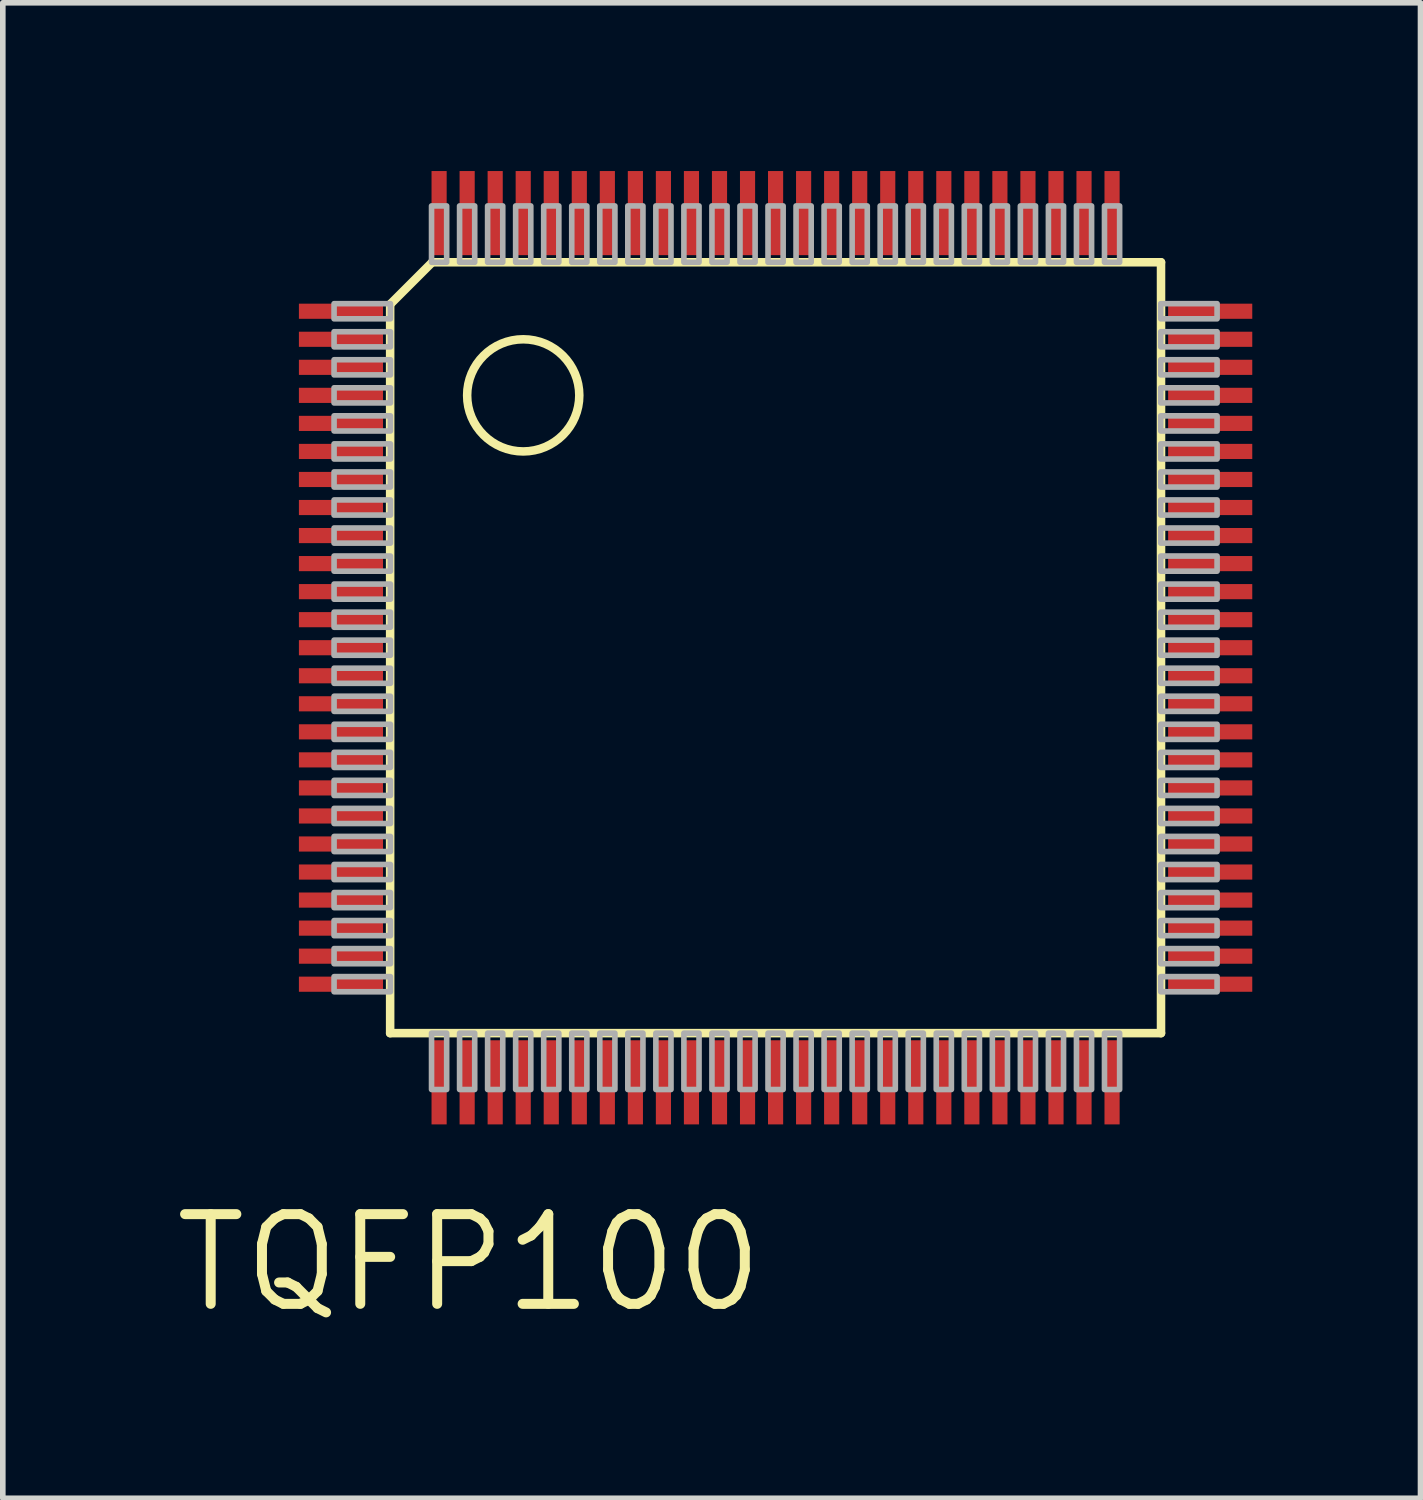
<source format=kicad_pcb>
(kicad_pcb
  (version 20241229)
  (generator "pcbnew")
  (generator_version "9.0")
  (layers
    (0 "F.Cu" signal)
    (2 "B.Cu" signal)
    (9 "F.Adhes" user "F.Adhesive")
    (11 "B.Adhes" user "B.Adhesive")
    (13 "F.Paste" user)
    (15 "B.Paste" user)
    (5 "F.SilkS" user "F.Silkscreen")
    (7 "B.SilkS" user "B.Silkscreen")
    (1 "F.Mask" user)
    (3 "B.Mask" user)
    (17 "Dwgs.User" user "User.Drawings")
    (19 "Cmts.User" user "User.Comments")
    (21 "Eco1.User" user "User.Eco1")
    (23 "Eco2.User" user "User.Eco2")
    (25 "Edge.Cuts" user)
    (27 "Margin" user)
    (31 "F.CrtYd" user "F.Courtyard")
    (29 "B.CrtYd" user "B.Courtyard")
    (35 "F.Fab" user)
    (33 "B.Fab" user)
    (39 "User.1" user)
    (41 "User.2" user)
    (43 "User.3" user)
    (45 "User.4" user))
  (footprint "TQFP100"
    (layer "F.Cu")
    (at 10.78 8.5)
    (property "Reference" "TQFP100" (at -0.127 10.033 0) (layer "F.SilkS") (effects (font (size 1.6 1.6) (thickness 0.178)) (justify right top)))
    (fp_line (start -6.873 -6.123) (end -6.123 -6.873) (stroke (width 0.152) (type solid)) (layer "F.SilkS"))
    (fp_line (start -6.873 6.873) (end -6.873 -6.123) (stroke (width 0.152) (type solid)) (layer "F.SilkS"))
    (fp_line (start -6.123 -6.873) (end 6.873 -6.873) (stroke (width 0.152) (type solid)) (layer "F.SilkS"))
    (fp_line (start 6.873 -6.873) (end 6.873 6.873) (stroke (width 0.152) (type solid)) (layer "F.SilkS"))
    (fp_line (start 6.873 6.873) (end -6.873 6.873) (stroke (width 0.152) (type solid)) (layer "F.SilkS"))
    (fp_circle (center -4.5 -4.5) (end -3.5 -4.5) (stroke (width 0.152) (type solid)) (fill no) (layer "F.SilkS"))
    (fp_poly (pts (xy -7.873 -6.135) (xy -7.873 -5.865) (xy -6.868 -5.865) (xy -6.868 -6.135)) (stroke (width 0.1) (type solid)) (fill no) (layer "F.Fab"))
    (fp_poly (pts (xy -7.873 -5.635) (xy -7.873 -5.365) (xy -6.868 -5.365) (xy -6.868 -5.635)) (stroke (width 0.1) (type solid)) (fill no) (layer "F.Fab"))
    (fp_poly (pts (xy -7.873 -5.135) (xy -7.873 -4.865) (xy -6.868 -4.865) (xy -6.868 -5.135)) (stroke (width 0.1) (type solid)) (fill no) (layer "F.Fab"))
    (fp_poly (pts (xy -7.873 -4.635) (xy -7.873 -4.365) (xy -6.868 -4.365) (xy -6.868 -4.635)) (stroke (width 0.1) (type solid)) (fill no) (layer "F.Fab"))
    (fp_poly (pts (xy -7.873 -4.135) (xy -7.873 -3.865) (xy -6.868 -3.865) (xy -6.868 -4.135)) (stroke (width 0.1) (type solid)) (fill no) (layer "F.Fab"))
    (fp_poly (pts (xy -7.873 -3.635) (xy -7.873 -3.365) (xy -6.868 -3.365) (xy -6.868 -3.635)) (stroke (width 0.1) (type solid)) (fill no) (layer "F.Fab"))
    (fp_poly (pts (xy -7.873 -3.135) (xy -7.873 -2.865) (xy -6.868 -2.865) (xy -6.868 -3.135)) (stroke (width 0.1) (type solid)) (fill no) (layer "F.Fab"))
    (fp_poly (pts (xy -7.873 -2.635) (xy -7.873 -2.365) (xy -6.868 -2.365) (xy -6.868 -2.635)) (stroke (width 0.1) (type solid)) (fill no) (layer "F.Fab"))
    (fp_poly (pts (xy -7.873 -2.135) (xy -7.873 -1.865) (xy -6.868 -1.865) (xy -6.868 -2.135)) (stroke (width 0.1) (type solid)) (fill no) (layer "F.Fab"))
    (fp_poly (pts (xy -7.873 -1.635) (xy -7.873 -1.365) (xy -6.868 -1.365) (xy -6.868 -1.635)) (stroke (width 0.1) (type solid)) (fill no) (layer "F.Fab"))
    (fp_poly (pts (xy -7.873 -1.135) (xy -7.873 -0.865) (xy -6.868 -0.865) (xy -6.868 -1.135)) (stroke (width 0.1) (type solid)) (fill no) (layer "F.Fab"))
    (fp_poly (pts (xy -7.873 -0.635) (xy -7.873 -0.365) (xy -6.868 -0.365) (xy -6.868 -0.635)) (stroke (width 0.1) (type solid)) (fill no) (layer "F.Fab"))
    (fp_poly (pts (xy -7.873 -0.135) (xy -7.873 0.135) (xy -6.868 0.135) (xy -6.868 -0.135)) (stroke (width 0.1) (type solid)) (fill no) (layer "F.Fab"))
    (fp_poly (pts (xy -7.873 0.365) (xy -7.873 0.635) (xy -6.868 0.635) (xy -6.868 0.365)) (stroke (width 0.1) (type solid)) (fill no) (layer "F.Fab"))
    (fp_poly (pts (xy -7.873 0.865) (xy -7.873 1.135) (xy -6.868 1.135) (xy -6.868 0.865)) (stroke (width 0.1) (type solid)) (fill no) (layer "F.Fab"))
    (fp_poly (pts (xy -7.873 1.365) (xy -7.873 1.635) (xy -6.868 1.635) (xy -6.868 1.365)) (stroke (width 0.1) (type solid)) (fill no) (layer "F.Fab"))
    (fp_poly (pts (xy -7.873 1.865) (xy -7.873 2.135) (xy -6.868 2.135) (xy -6.868 1.865)) (stroke (width 0.1) (type solid)) (fill no) (layer "F.Fab"))
    (fp_poly (pts (xy -7.873 2.365) (xy -7.873 2.635) (xy -6.868 2.635) (xy -6.868 2.365)) (stroke (width 0.1) (type solid)) (fill no) (layer "F.Fab"))
    (fp_poly (pts (xy -7.873 2.865) (xy -7.873 3.135) (xy -6.868 3.135) (xy -6.868 2.865)) (stroke (width 0.1) (type solid)) (fill no) (layer "F.Fab"))
    (fp_poly (pts (xy -7.873 3.365) (xy -7.873 3.635) (xy -6.868 3.635) (xy -6.868 3.365)) (stroke (width 0.1) (type solid)) (fill no) (layer "F.Fab"))
    (fp_poly (pts (xy -7.873 3.865) (xy -7.873 4.135) (xy -6.868 4.135) (xy -6.868 3.865)) (stroke (width 0.1) (type solid)) (fill no) (layer "F.Fab"))
    (fp_poly (pts (xy -7.873 4.365) (xy -7.873 4.635) (xy -6.868 4.635) (xy -6.868 4.365)) (stroke (width 0.1) (type solid)) (fill no) (layer "F.Fab"))
    (fp_poly (pts (xy -7.873 4.865) (xy -7.873 5.135) (xy -6.868 5.135) (xy -6.868 4.865)) (stroke (width 0.1) (type solid)) (fill no) (layer "F.Fab"))
    (fp_poly (pts (xy -7.873 5.365) (xy -7.873 5.635) (xy -6.868 5.635) (xy -6.868 5.365)) (stroke (width 0.1) (type solid)) (fill no) (layer "F.Fab"))
    (fp_poly (pts (xy -7.873 5.865) (xy -7.873 6.135) (xy -6.868 6.135) (xy -6.868 5.865)) (stroke (width 0.1) (type solid)) (fill no) (layer "F.Fab"))
    (fp_poly (pts (xy -6.135 -7.878) (xy -6.135 -6.873) (xy -5.865 -6.873) (xy -5.865 -7.878)) (stroke (width 0.1) (type solid)) (fill no) (layer "F.Fab"))
    (fp_poly (pts (xy -6.135 6.873) (xy -6.135 7.878) (xy -5.865 7.878) (xy -5.865 6.873)) (stroke (width 0.1) (type solid)) (fill no) (layer "F.Fab"))
    (fp_poly (pts (xy -5.635 -7.878) (xy -5.635 -6.873) (xy -5.365 -6.873) (xy -5.365 -7.878)) (stroke (width 0.1) (type solid)) (fill no) (layer "F.Fab"))
    (fp_poly (pts (xy -5.635 6.873) (xy -5.635 7.878) (xy -5.365 7.878) (xy -5.365 6.873)) (stroke (width 0.1) (type solid)) (fill no) (layer "F.Fab"))
    (fp_poly (pts (xy -5.135 -7.878) (xy -5.135 -6.873) (xy -4.865 -6.873) (xy -4.865 -7.878)) (stroke (width 0.1) (type solid)) (fill no) (layer "F.Fab"))
    (fp_poly (pts (xy -5.135 6.873) (xy -5.135 7.878) (xy -4.865 7.878) (xy -4.865 6.873)) (stroke (width 0.1) (type solid)) (fill no) (layer "F.Fab"))
    (fp_poly (pts (xy -4.635 -7.878) (xy -4.635 -6.873) (xy -4.365 -6.873) (xy -4.365 -7.878)) (stroke (width 0.1) (type solid)) (fill no) (layer "F.Fab"))
    (fp_poly (pts (xy -4.635 6.873) (xy -4.635 7.878) (xy -4.365 7.878) (xy -4.365 6.873)) (stroke (width 0.1) (type solid)) (fill no) (layer "F.Fab"))
    (fp_poly (pts (xy -4.135 -7.878) (xy -4.135 -6.873) (xy -3.865 -6.873) (xy -3.865 -7.878)) (stroke (width 0.1) (type solid)) (fill no) (layer "F.Fab"))
    (fp_poly (pts (xy -4.135 6.873) (xy -4.135 7.878) (xy -3.865 7.878) (xy -3.865 6.873)) (stroke (width 0.1) (type solid)) (fill no) (layer "F.Fab"))
    (fp_poly (pts (xy -3.635 -7.878) (xy -3.635 -6.873) (xy -3.365 -6.873) (xy -3.365 -7.878)) (stroke (width 0.1) (type solid)) (fill no) (layer "F.Fab"))
    (fp_poly (pts (xy -3.635 6.873) (xy -3.635 7.878) (xy -3.365 7.878) (xy -3.365 6.873)) (stroke (width 0.1) (type solid)) (fill no) (layer "F.Fab"))
    (fp_poly (pts (xy -3.135 -7.878) (xy -3.135 -6.873) (xy -2.865 -6.873) (xy -2.865 -7.878)) (stroke (width 0.1) (type solid)) (fill no) (layer "F.Fab"))
    (fp_poly (pts (xy -3.135 6.873) (xy -3.135 7.878) (xy -2.865 7.878) (xy -2.865 6.873)) (stroke (width 0.1) (type solid)) (fill no) (layer "F.Fab"))
    (fp_poly (pts (xy -2.635 -7.878) (xy -2.635 -6.873) (xy -2.365 -6.873) (xy -2.365 -7.878)) (stroke (width 0.1) (type solid)) (fill no) (layer "F.Fab"))
    (fp_poly (pts (xy -2.635 6.873) (xy -2.635 7.878) (xy -2.365 7.878) (xy -2.365 6.873)) (stroke (width 0.1) (type solid)) (fill no) (layer "F.Fab"))
    (fp_poly (pts (xy -2.135 -7.878) (xy -2.135 -6.873) (xy -1.865 -6.873) (xy -1.865 -7.878)) (stroke (width 0.1) (type solid)) (fill no) (layer "F.Fab"))
    (fp_poly (pts (xy -2.135 6.873) (xy -2.135 7.878) (xy -1.865 7.878) (xy -1.865 6.873)) (stroke (width 0.1) (type solid)) (fill no) (layer "F.Fab"))
    (fp_poly (pts (xy -1.635 -7.878) (xy -1.635 -6.873) (xy -1.365 -6.873) (xy -1.365 -7.878)) (stroke (width 0.1) (type solid)) (fill no) (layer "F.Fab"))
    (fp_poly (pts (xy -1.635 6.873) (xy -1.635 7.878) (xy -1.365 7.878) (xy -1.365 6.873)) (stroke (width 0.1) (type solid)) (fill no) (layer "F.Fab"))
    (fp_poly (pts (xy -1.135 -7.878) (xy -1.135 -6.873) (xy -0.865 -6.873) (xy -0.865 -7.878)) (stroke (width 0.1) (type solid)) (fill no) (layer "F.Fab"))
    (fp_poly (pts (xy -1.135 6.873) (xy -1.135 7.878) (xy -0.865 7.878) (xy -0.865 6.873)) (stroke (width 0.1) (type solid)) (fill no) (layer "F.Fab"))
    (fp_poly (pts (xy -0.635 -7.878) (xy -0.635 -6.873) (xy -0.365 -6.873) (xy -0.365 -7.878)) (stroke (width 0.1) (type solid)) (fill no) (layer "F.Fab"))
    (fp_poly (pts (xy -0.635 6.873) (xy -0.635 7.878) (xy -0.365 7.878) (xy -0.365 6.873)) (stroke (width 0.1) (type solid)) (fill no) (layer "F.Fab"))
    (fp_poly (pts (xy -0.135 -7.878) (xy -0.135 -6.873) (xy 0.135 -6.873) (xy 0.135 -7.878)) (stroke (width 0.1) (type solid)) (fill no) (layer "F.Fab"))
    (fp_poly (pts (xy -0.135 6.873) (xy -0.135 7.878) (xy 0.135 7.878) (xy 0.135 6.873)) (stroke (width 0.1) (type solid)) (fill no) (layer "F.Fab"))
    (fp_poly (pts (xy 0.365 -7.878) (xy 0.365 -6.873) (xy 0.635 -6.873) (xy 0.635 -7.878)) (stroke (width 0.1) (type solid)) (fill no) (layer "F.Fab"))
    (fp_poly (pts (xy 0.365 6.873) (xy 0.365 7.878) (xy 0.635 7.878) (xy 0.635 6.873)) (stroke (width 0.1) (type solid)) (fill no) (layer "F.Fab"))
    (fp_poly (pts (xy 0.865 -7.878) (xy 0.865 -6.873) (xy 1.135 -6.873) (xy 1.135 -7.878)) (stroke (width 0.1) (type solid)) (fill no) (layer "F.Fab"))
    (fp_poly (pts (xy 0.865 6.873) (xy 0.865 7.878) (xy 1.135 7.878) (xy 1.135 6.873)) (stroke (width 0.1) (type solid)) (fill no) (layer "F.Fab"))
    (fp_poly (pts (xy 1.365 -7.878) (xy 1.365 -6.873) (xy 1.635 -6.873) (xy 1.635 -7.878)) (stroke (width 0.1) (type solid)) (fill no) (layer "F.Fab"))
    (fp_poly (pts (xy 1.365 6.873) (xy 1.365 7.878) (xy 1.635 7.878) (xy 1.635 6.873)) (stroke (width 0.1) (type solid)) (fill no) (layer "F.Fab"))
    (fp_poly (pts (xy 1.865 -7.878) (xy 1.865 -6.873) (xy 2.135 -6.873) (xy 2.135 -7.878)) (stroke (width 0.1) (type solid)) (fill no) (layer "F.Fab"))
    (fp_poly (pts (xy 1.865 6.873) (xy 1.865 7.878) (xy 2.135 7.878) (xy 2.135 6.873)) (stroke (width 0.1) (type solid)) (fill no) (layer "F.Fab"))
    (fp_poly (pts (xy 2.365 -7.878) (xy 2.365 -6.873) (xy 2.635 -6.873) (xy 2.635 -7.878)) (stroke (width 0.1) (type solid)) (fill no) (layer "F.Fab"))
    (fp_poly (pts (xy 2.365 6.873) (xy 2.365 7.878) (xy 2.635 7.878) (xy 2.635 6.873)) (stroke (width 0.1) (type solid)) (fill no) (layer "F.Fab"))
    (fp_poly (pts (xy 2.865 -7.878) (xy 2.865 -6.873) (xy 3.135 -6.873) (xy 3.135 -7.878)) (stroke (width 0.1) (type solid)) (fill no) (layer "F.Fab"))
    (fp_poly (pts (xy 2.865 6.873) (xy 2.865 7.878) (xy 3.135 7.878) (xy 3.135 6.873)) (stroke (width 0.1) (type solid)) (fill no) (layer "F.Fab"))
    (fp_poly (pts (xy 3.365 -7.878) (xy 3.365 -6.873) (xy 3.635 -6.873) (xy 3.635 -7.878)) (stroke (width 0.1) (type solid)) (fill no) (layer "F.Fab"))
    (fp_poly (pts (xy 3.365 6.873) (xy 3.365 7.878) (xy 3.635 7.878) (xy 3.635 6.873)) (stroke (width 0.1) (type solid)) (fill no) (layer "F.Fab"))
    (fp_poly (pts (xy 3.865 -7.878) (xy 3.865 -6.873) (xy 4.135 -6.873) (xy 4.135 -7.878)) (stroke (width 0.1) (type solid)) (fill no) (layer "F.Fab"))
    (fp_poly (pts (xy 3.865 6.873) (xy 3.865 7.878) (xy 4.135 7.878) (xy 4.135 6.873)) (stroke (width 0.1) (type solid)) (fill no) (layer "F.Fab"))
    (fp_poly (pts (xy 4.365 -7.878) (xy 4.365 -6.873) (xy 4.635 -6.873) (xy 4.635 -7.878)) (stroke (width 0.1) (type solid)) (fill no) (layer "F.Fab"))
    (fp_poly (pts (xy 4.365 6.873) (xy 4.365 7.878) (xy 4.635 7.878) (xy 4.635 6.873)) (stroke (width 0.1) (type solid)) (fill no) (layer "F.Fab"))
    (fp_poly (pts (xy 4.865 -7.878) (xy 4.865 -6.873) (xy 5.135 -6.873) (xy 5.135 -7.878)) (stroke (width 0.1) (type solid)) (fill no) (layer "F.Fab"))
    (fp_poly (pts (xy 4.865 6.873) (xy 4.865 7.878) (xy 5.135 7.878) (xy 5.135 6.873)) (stroke (width 0.1) (type solid)) (fill no) (layer "F.Fab"))
    (fp_poly (pts (xy 5.365 -7.878) (xy 5.365 -6.873) (xy 5.635 -6.873) (xy 5.635 -7.878)) (stroke (width 0.1) (type solid)) (fill no) (layer "F.Fab"))
    (fp_poly (pts (xy 5.365 6.873) (xy 5.365 7.878) (xy 5.635 7.878) (xy 5.635 6.873)) (stroke (width 0.1) (type solid)) (fill no) (layer "F.Fab"))
    (fp_poly (pts (xy 5.865 -7.878) (xy 5.865 -6.873) (xy 6.135 -6.873) (xy 6.135 -7.878)) (stroke (width 0.1) (type solid)) (fill no) (layer "F.Fab"))
    (fp_poly (pts (xy 5.865 6.873) (xy 5.865 7.878) (xy 6.135 7.878) (xy 6.135 6.873)) (stroke (width 0.1) (type solid)) (fill no) (layer "F.Fab"))
    (fp_poly (pts (xy 6.868 -6.135) (xy 6.868 -5.865) (xy 7.873 -5.865) (xy 7.873 -6.135)) (stroke (width 0.1) (type solid)) (fill no) (layer "F.Fab"))
    (fp_poly (pts (xy 6.868 -5.635) (xy 6.868 -5.365) (xy 7.873 -5.365) (xy 7.873 -5.635)) (stroke (width 0.1) (type solid)) (fill no) (layer "F.Fab"))
    (fp_poly (pts (xy 6.868 -5.135) (xy 6.868 -4.865) (xy 7.873 -4.865) (xy 7.873 -5.135)) (stroke (width 0.1) (type solid)) (fill no) (layer "F.Fab"))
    (fp_poly (pts (xy 6.868 -4.635) (xy 6.868 -4.365) (xy 7.873 -4.365) (xy 7.873 -4.635)) (stroke (width 0.1) (type solid)) (fill no) (layer "F.Fab"))
    (fp_poly (pts (xy 6.868 -4.135) (xy 6.868 -3.865) (xy 7.873 -3.865) (xy 7.873 -4.135)) (stroke (width 0.1) (type solid)) (fill no) (layer "F.Fab"))
    (fp_poly (pts (xy 6.868 -3.635) (xy 6.868 -3.365) (xy 7.873 -3.365) (xy 7.873 -3.635)) (stroke (width 0.1) (type solid)) (fill no) (layer "F.Fab"))
    (fp_poly (pts (xy 6.868 -3.135) (xy 6.868 -2.865) (xy 7.873 -2.865) (xy 7.873 -3.135)) (stroke (width 0.1) (type solid)) (fill no) (layer "F.Fab"))
    (fp_poly (pts (xy 6.868 -2.635) (xy 6.868 -2.365) (xy 7.873 -2.365) (xy 7.873 -2.635)) (stroke (width 0.1) (type solid)) (fill no) (layer "F.Fab"))
    (fp_poly (pts (xy 6.868 -2.135) (xy 6.868 -1.865) (xy 7.873 -1.865) (xy 7.873 -2.135)) (stroke (width 0.1) (type solid)) (fill no) (layer "F.Fab"))
    (fp_poly (pts (xy 6.868 -1.635) (xy 6.868 -1.365) (xy 7.873 -1.365) (xy 7.873 -1.635)) (stroke (width 0.1) (type solid)) (fill no) (layer "F.Fab"))
    (fp_poly (pts (xy 6.868 -1.135) (xy 6.868 -0.865) (xy 7.873 -0.865) (xy 7.873 -1.135)) (stroke (width 0.1) (type solid)) (fill no) (layer "F.Fab"))
    (fp_poly (pts (xy 6.868 -0.635) (xy 6.868 -0.365) (xy 7.873 -0.365) (xy 7.873 -0.635)) (stroke (width 0.1) (type solid)) (fill no) (layer "F.Fab"))
    (fp_poly (pts (xy 6.868 -0.135) (xy 6.868 0.135) (xy 7.873 0.135) (xy 7.873 -0.135)) (stroke (width 0.1) (type solid)) (fill no) (layer "F.Fab"))
    (fp_poly (pts (xy 6.868 0.365) (xy 6.868 0.635) (xy 7.873 0.635) (xy 7.873 0.365)) (stroke (width 0.1) (type solid)) (fill no) (layer "F.Fab"))
    (fp_poly (pts (xy 6.868 0.865) (xy 6.868 1.135) (xy 7.873 1.135) (xy 7.873 0.865)) (stroke (width 0.1) (type solid)) (fill no) (layer "F.Fab"))
    (fp_poly (pts (xy 6.868 1.365) (xy 6.868 1.635) (xy 7.873 1.635) (xy 7.873 1.365)) (stroke (width 0.1) (type solid)) (fill no) (layer "F.Fab"))
    (fp_poly (pts (xy 6.868 1.865) (xy 6.868 2.135) (xy 7.873 2.135) (xy 7.873 1.865)) (stroke (width 0.1) (type solid)) (fill no) (layer "F.Fab"))
    (fp_poly (pts (xy 6.868 2.365) (xy 6.868 2.635) (xy 7.873 2.635) (xy 7.873 2.365)) (stroke (width 0.1) (type solid)) (fill no) (layer "F.Fab"))
    (fp_poly (pts (xy 6.868 2.865) (xy 6.868 3.135) (xy 7.873 3.135) (xy 7.873 2.865)) (stroke (width 0.1) (type solid)) (fill no) (layer "F.Fab"))
    (fp_poly (pts (xy 6.868 3.365) (xy 6.868 3.635) (xy 7.873 3.635) (xy 7.873 3.365)) (stroke (width 0.1) (type solid)) (fill no) (layer "F.Fab"))
    (fp_poly (pts (xy 6.868 3.865) (xy 6.868 4.135) (xy 7.873 4.135) (xy 7.873 3.865)) (stroke (width 0.1) (type solid)) (fill no) (layer "F.Fab"))
    (fp_poly (pts (xy 6.868 4.365) (xy 6.868 4.635) (xy 7.873 4.635) (xy 7.873 4.365)) (stroke (width 0.1) (type solid)) (fill no) (layer "F.Fab"))
    (fp_poly (pts (xy 6.868 4.865) (xy 6.868 5.135) (xy 7.873 5.135) (xy 7.873 4.865)) (stroke (width 0.1) (type solid)) (fill no) (layer "F.Fab"))
    (fp_poly (pts (xy 6.868 5.365) (xy 6.868 5.635) (xy 7.873 5.635) (xy 7.873 5.365)) (stroke (width 0.1) (type solid)) (fill no) (layer "F.Fab"))
    (fp_poly (pts (xy 6.868 5.865) (xy 6.868 6.135) (xy 7.873 6.135) (xy 7.873 5.865)) (stroke (width 0.1) (type solid)) (fill no) (layer "F.Fab"))
    (pad "1" smd rect (at -7.75 -6 270) (size 0.27 1.5) (layers "F.Cu" "F.Mask" "F.Paste"))
    (pad "2" smd rect (at -7.75 -5.5 270) (size 0.27 1.5) (layers "F.Cu" "F.Mask" "F.Paste"))
    (pad "3" smd rect (at -7.75 -5 270) (size 0.27 1.5) (layers "F.Cu" "F.Mask" "F.Paste"))
    (pad "4" smd rect (at -7.75 -4.5 270) (size 0.27 1.5) (layers "F.Cu" "F.Mask" "F.Paste"))
    (pad "5" smd rect (at -7.75 -4 270) (size 0.27 1.5) (layers "F.Cu" "F.Mask" "F.Paste"))
    (pad "6" smd rect (at -7.75 -3.5 270) (size 0.27 1.5) (layers "F.Cu" "F.Mask" "F.Paste"))
    (pad "7" smd rect (at -7.75 -3 270) (size 0.27 1.5) (layers "F.Cu" "F.Mask" "F.Paste"))
    (pad "8" smd rect (at -7.75 -2.5 270) (size 0.27 1.5) (layers "F.Cu" "F.Mask" "F.Paste"))
    (pad "9" smd rect (at -7.75 -2 270) (size 0.27 1.5) (layers "F.Cu" "F.Mask" "F.Paste"))
    (pad "10" smd rect (at -7.75 -1.5 270) (size 0.27 1.5) (layers "F.Cu" "F.Mask" "F.Paste"))
    (pad "11" smd rect (at -7.75 -1 270) (size 0.27 1.5) (layers "F.Cu" "F.Mask" "F.Paste"))
    (pad "12" smd rect (at -7.75 -0.5 270) (size 0.27 1.5) (layers "F.Cu" "F.Mask" "F.Paste"))
    (pad "13" smd rect (at -7.75 0 270) (size 0.27 1.5) (layers "F.Cu" "F.Mask" "F.Paste"))
    (pad "14" smd rect (at -7.75 0.5 270) (size 0.27 1.5) (layers "F.Cu" "F.Mask" "F.Paste"))
    (pad "15" smd rect (at -7.75 1 270) (size 0.27 1.5) (layers "F.Cu" "F.Mask" "F.Paste"))
    (pad "16" smd rect (at -7.75 1.5 270) (size 0.27 1.5) (layers "F.Cu" "F.Mask" "F.Paste"))
    (pad "17" smd rect (at -7.75 2 270) (size 0.27 1.5) (layers "F.Cu" "F.Mask" "F.Paste"))
    (pad "18" smd rect (at -7.75 2.5 270) (size 0.27 1.5) (layers "F.Cu" "F.Mask" "F.Paste"))
    (pad "19" smd rect (at -7.75 3 270) (size 0.27 1.5) (layers "F.Cu" "F.Mask" "F.Paste"))
    (pad "20" smd rect (at -7.75 3.5 270) (size 0.27 1.5) (layers "F.Cu" "F.Mask" "F.Paste"))
    (pad "21" smd rect (at -7.75 4 270) (size 0.27 1.5) (layers "F.Cu" "F.Mask" "F.Paste"))
    (pad "22" smd rect (at -7.75 4.5 270) (size 0.27 1.5) (layers "F.Cu" "F.Mask" "F.Paste"))
    (pad "23" smd rect (at -7.75 5 270) (size 0.27 1.5) (layers "F.Cu" "F.Mask" "F.Paste"))
    (pad "24" smd rect (at -7.75 5.5 270) (size 0.27 1.5) (layers "F.Cu" "F.Mask" "F.Paste"))
    (pad "25" smd rect (at -7.75 6 270) (size 0.27 1.5) (layers "F.Cu" "F.Mask" "F.Paste"))
    (pad "26" smd rect (at -6 7.75 270) (size 1.5 0.27) (layers "F.Cu" "F.Mask" "F.Paste"))
    (pad "27" smd rect (at -5.5 7.75 270) (size 1.5 0.27) (layers "F.Cu" "F.Mask" "F.Paste"))
    (pad "28" smd rect (at -5 7.75 270) (size 1.5 0.27) (layers "F.Cu" "F.Mask" "F.Paste"))
    (pad "29" smd rect (at -4.5 7.75 270) (size 1.5 0.27) (layers "F.Cu" "F.Mask" "F.Paste"))
    (pad "30" smd rect (at -4 7.75 270) (size 1.5 0.27) (layers "F.Cu" "F.Mask" "F.Paste"))
    (pad "31" smd rect (at -3.5 7.75 270) (size 1.5 0.27) (layers "F.Cu" "F.Mask" "F.Paste"))
    (pad "32" smd rect (at -3 7.75 270) (size 1.5 0.27) (layers "F.Cu" "F.Mask" "F.Paste"))
    (pad "33" smd rect (at -2.5 7.75 270) (size 1.5 0.27) (layers "F.Cu" "F.Mask" "F.Paste"))
    (pad "34" smd rect (at -2 7.75 270) (size 1.5 0.27) (layers "F.Cu" "F.Mask" "F.Paste"))
    (pad "35" smd rect (at -1.5 7.75 270) (size 1.5 0.27) (layers "F.Cu" "F.Mask" "F.Paste"))
    (pad "36" smd rect (at -1 7.75 270) (size 1.5 0.27) (layers "F.Cu" "F.Mask" "F.Paste"))
    (pad "37" smd rect (at -0.5 7.75 270) (size 1.5 0.27) (layers "F.Cu" "F.Mask" "F.Paste"))
    (pad "38" smd rect (at 0 7.75 270) (size 1.5 0.27) (layers "F.Cu" "F.Mask" "F.Paste"))
    (pad "39" smd rect (at 0.5 7.75 270) (size 1.5 0.27) (layers "F.Cu" "F.Mask" "F.Paste"))
    (pad "40" smd rect (at 1 7.75 270) (size 1.5 0.27) (layers "F.Cu" "F.Mask" "F.Paste"))
    (pad "41" smd rect (at 1.5 7.75 270) (size 1.5 0.27) (layers "F.Cu" "F.Mask" "F.Paste"))
    (pad "42" smd rect (at 2 7.75 270) (size 1.5 0.27) (layers "F.Cu" "F.Mask" "F.Paste"))
    (pad "43" smd rect (at 2.5 7.75 270) (size 1.5 0.27) (layers "F.Cu" "F.Mask" "F.Paste"))
    (pad "44" smd rect (at 3 7.75 270) (size 1.5 0.27) (layers "F.Cu" "F.Mask" "F.Paste"))
    (pad "45" smd rect (at 3.5 7.75 270) (size 1.5 0.27) (layers "F.Cu" "F.Mask" "F.Paste"))
    (pad "46" smd rect (at 4 7.75 270) (size 1.5 0.27) (layers "F.Cu" "F.Mask" "F.Paste"))
    (pad "47" smd rect (at 4.5 7.75 270) (size 1.5 0.27) (layers "F.Cu" "F.Mask" "F.Paste"))
    (pad "48" smd rect (at 5 7.75 270) (size 1.5 0.27) (layers "F.Cu" "F.Mask" "F.Paste"))
    (pad "49" smd rect (at 5.5 7.75 270) (size 1.5 0.27) (layers "F.Cu" "F.Mask" "F.Paste"))
    (pad "50" smd rect (at 6 7.75 270) (size 1.5 0.27) (layers "F.Cu" "F.Mask" "F.Paste"))
    (pad "51" smd rect (at 7.75 6 270) (size 0.27 1.5) (layers "F.Cu" "F.Mask" "F.Paste"))
    (pad "52" smd rect (at 7.75 5.5 270) (size 0.27 1.5) (layers "F.Cu" "F.Mask" "F.Paste"))
    (pad "53" smd rect (at 7.75 5 270) (size 0.27 1.5) (layers "F.Cu" "F.Mask" "F.Paste"))
    (pad "54" smd rect (at 7.75 4.5 270) (size 0.27 1.5) (layers "F.Cu" "F.Mask" "F.Paste"))
    (pad "55" smd rect (at 7.75 4 270) (size 0.27 1.5) (layers "F.Cu" "F.Mask" "F.Paste"))
    (pad "56" smd rect (at 7.75 3.5 270) (size 0.27 1.5) (layers "F.Cu" "F.Mask" "F.Paste"))
    (pad "57" smd rect (at 7.75 3 270) (size 0.27 1.5) (layers "F.Cu" "F.Mask" "F.Paste"))
    (pad "58" smd rect (at 7.75 2.5 270) (size 0.27 1.5) (layers "F.Cu" "F.Mask" "F.Paste"))
    (pad "59" smd rect (at 7.75 2 270) (size 0.27 1.5) (layers "F.Cu" "F.Mask" "F.Paste"))
    (pad "60" smd rect (at 7.75 1.5 270) (size 0.27 1.5) (layers "F.Cu" "F.Mask" "F.Paste"))
    (pad "61" smd rect (at 7.75 1 270) (size 0.27 1.5) (layers "F.Cu" "F.Mask" "F.Paste"))
    (pad "62" smd rect (at 7.75 0.5 270) (size 0.27 1.5) (layers "F.Cu" "F.Mask" "F.Paste"))
    (pad "63" smd rect (at 7.75 0 270) (size 0.27 1.5) (layers "F.Cu" "F.Mask" "F.Paste"))
    (pad "64" smd rect (at 7.75 -0.5 270) (size 0.27 1.5) (layers "F.Cu" "F.Mask" "F.Paste"))
    (pad "65" smd rect (at 7.75 -1 270) (size 0.27 1.5) (layers "F.Cu" "F.Mask" "F.Paste"))
    (pad "66" smd rect (at 7.75 -1.5 270) (size 0.27 1.5) (layers "F.Cu" "F.Mask" "F.Paste"))
    (pad "67" smd rect (at 7.75 -2 270) (size 0.27 1.5) (layers "F.Cu" "F.Mask" "F.Paste"))
    (pad "68" smd rect (at 7.75 -2.5 270) (size 0.27 1.5) (layers "F.Cu" "F.Mask" "F.Paste"))
    (pad "69" smd rect (at 7.75 -3 270) (size 0.27 1.5) (layers "F.Cu" "F.Mask" "F.Paste"))
    (pad "70" smd rect (at 7.75 -3.5 270) (size 0.27 1.5) (layers "F.Cu" "F.Mask" "F.Paste"))
    (pad "71" smd rect (at 7.75 -4 270) (size 0.27 1.5) (layers "F.Cu" "F.Mask" "F.Paste"))
    (pad "72" smd rect (at 7.75 -4.5 270) (size 0.27 1.5) (layers "F.Cu" "F.Mask" "F.Paste"))
    (pad "73" smd rect (at 7.75 -5 270) (size 0.27 1.5) (layers "F.Cu" "F.Mask" "F.Paste"))
    (pad "74" smd rect (at 7.75 -5.5 270) (size 0.27 1.5) (layers "F.Cu" "F.Mask" "F.Paste"))
    (pad "75" smd rect (at 7.75 -6 270) (size 0.27 1.5) (layers "F.Cu" "F.Mask" "F.Paste"))
    (pad "76" smd rect (at 6 -7.75 270) (size 1.5 0.27) (layers "F.Cu" "F.Mask" "F.Paste"))
    (pad "77" smd rect (at 5.5 -7.75 270) (size 1.5 0.27) (layers "F.Cu" "F.Mask" "F.Paste"))
    (pad "78" smd rect (at 5 -7.75 270) (size 1.5 0.27) (layers "F.Cu" "F.Mask" "F.Paste"))
    (pad "79" smd rect (at 4.5 -7.75 270) (size 1.5 0.27) (layers "F.Cu" "F.Mask" "F.Paste"))
    (pad "80" smd rect (at 4 -7.75 270) (size 1.5 0.27) (layers "F.Cu" "F.Mask" "F.Paste"))
    (pad "81" smd rect (at 3.5 -7.75 270) (size 1.5 0.27) (layers "F.Cu" "F.Mask" "F.Paste"))
    (pad "82" smd rect (at 3 -7.75 270) (size 1.5 0.27) (layers "F.Cu" "F.Mask" "F.Paste"))
    (pad "83" smd rect (at 2.5 -7.75 270) (size 1.5 0.27) (layers "F.Cu" "F.Mask" "F.Paste"))
    (pad "84" smd rect (at 2 -7.75 270) (size 1.5 0.27) (layers "F.Cu" "F.Mask" "F.Paste"))
    (pad "85" smd rect (at 1.5 -7.75 270) (size 1.5 0.27) (layers "F.Cu" "F.Mask" "F.Paste"))
    (pad "86" smd rect (at 1 -7.75 270) (size 1.5 0.27) (layers "F.Cu" "F.Mask" "F.Paste"))
    (pad "87" smd rect (at 0.5 -7.75 270) (size 1.5 0.27) (layers "F.Cu" "F.Mask" "F.Paste"))
    (pad "88" smd rect (at 0 -7.75 270) (size 1.5 0.27) (layers "F.Cu" "F.Mask" "F.Paste"))
    (pad "89" smd rect (at -0.5 -7.75 270) (size 1.5 0.27) (layers "F.Cu" "F.Mask" "F.Paste"))
    (pad "90" smd rect (at -1 -7.75 270) (size 1.5 0.27) (layers "F.Cu" "F.Mask" "F.Paste"))
    (pad "91" smd rect (at -1.5 -7.75 270) (size 1.5 0.27) (layers "F.Cu" "F.Mask" "F.Paste"))
    (pad "92" smd rect (at -2 -7.75 270) (size 1.5 0.27) (layers "F.Cu" "F.Mask" "F.Paste"))
    (pad "93" smd rect (at -2.5 -7.75 270) (size 1.5 0.27) (layers "F.Cu" "F.Mask" "F.Paste"))
    (pad "94" smd rect (at -3 -7.75 270) (size 1.5 0.27) (layers "F.Cu" "F.Mask" "F.Paste"))
    (pad "95" smd rect (at -3.5 -7.75 270) (size 1.5 0.27) (layers "F.Cu" "F.Mask" "F.Paste"))
    (pad "96" smd rect (at -4 -7.75 270) (size 1.5 0.27) (layers "F.Cu" "F.Mask" "F.Paste"))
    (pad "97" smd rect (at -4.5 -7.75 270) (size 1.5 0.27) (layers "F.Cu" "F.Mask" "F.Paste"))
    (pad "98" smd rect (at -5 -7.75 270) (size 1.5 0.27) (layers "F.Cu" "F.Mask" "F.Paste"))
    (pad "99" smd rect (at -5.5 -7.75 270) (size 1.5 0.27) (layers "F.Cu" "F.Mask" "F.Paste"))
    (pad "100" smd rect (at -6 -7.75 270) (size 1.5 0.27) (layers "F.Cu" "F.Mask" "F.Paste")))
  (gr_rect
    (start -3 -3)
    (end 22.28 23.667)
    (stroke (width 0.1) (type default))
    (fill no)
    (layer "Edge.Cuts")))
</source>
